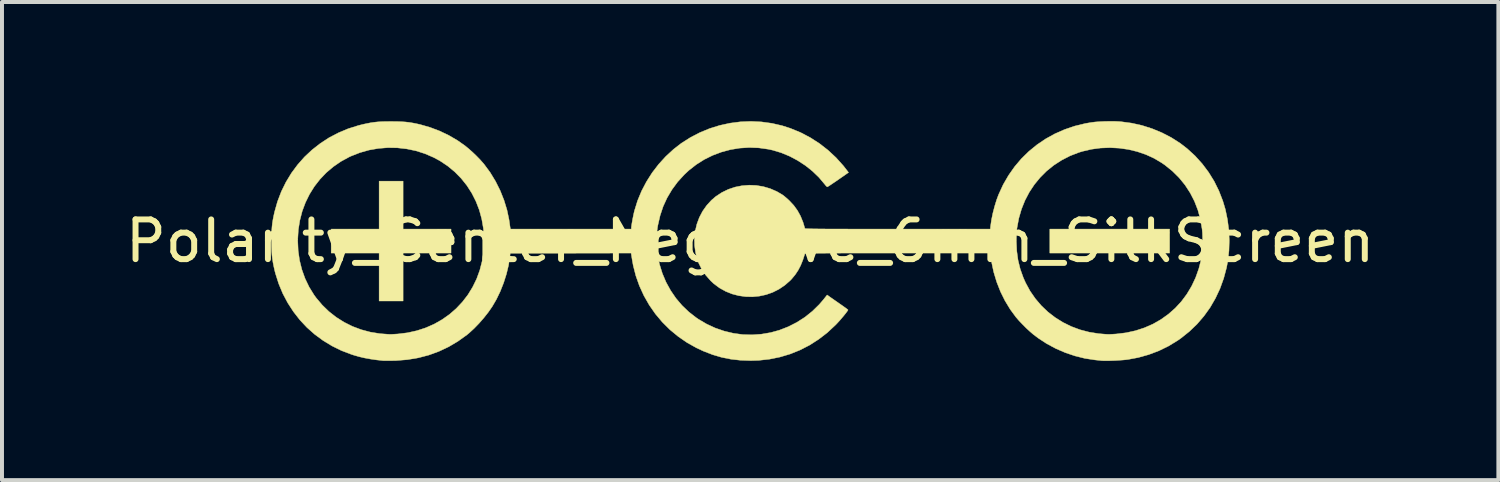
<source format=kicad_pcb>
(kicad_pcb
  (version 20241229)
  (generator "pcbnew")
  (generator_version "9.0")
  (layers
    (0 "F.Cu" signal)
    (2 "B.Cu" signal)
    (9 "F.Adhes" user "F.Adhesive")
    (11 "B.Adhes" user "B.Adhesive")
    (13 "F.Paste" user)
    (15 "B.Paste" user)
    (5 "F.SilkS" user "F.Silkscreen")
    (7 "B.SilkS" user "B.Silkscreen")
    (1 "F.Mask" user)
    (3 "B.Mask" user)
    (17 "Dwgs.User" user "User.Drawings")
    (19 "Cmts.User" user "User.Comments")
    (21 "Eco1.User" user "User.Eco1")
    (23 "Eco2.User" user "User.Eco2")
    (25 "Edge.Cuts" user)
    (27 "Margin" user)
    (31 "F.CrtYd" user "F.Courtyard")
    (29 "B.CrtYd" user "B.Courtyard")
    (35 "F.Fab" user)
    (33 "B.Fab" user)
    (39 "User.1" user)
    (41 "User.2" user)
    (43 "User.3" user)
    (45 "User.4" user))
  (footprint "Polarity_Center_Negative_6mm_SilkScreen"
    (layer "F.Cu")
    (at 15.839 3.02)
    (property "Reference" "Polarity_Center_Negative_6mm_SilkScreen" (at 0 0 0) (layer "F.SilkS") (effects (font (size 1 1) (thickness 0.15))))
    (attr exclude_from_pos_files exclude_from_bom)
    (fp_poly (pts (xy 10.562 0.302) (xy 7.545 0.302) (xy 7.545 -0.302) (xy 10.562 -0.302) (xy 10.562 0.302)) (stroke (width 0.01) (type solid)) (fill yes) (layer "F.SilkS"))
    (fp_poly (pts (xy -8.739 -0.302) (xy -7.532 -0.302) (xy -7.532 0.302) (xy -8.739 0.302) (xy -8.739 1.509) (xy -9.343 1.509) (xy -9.343 0.302) (xy -10.55 0.302) (xy -10.55 -0.302) (xy -9.343 -0.302) (xy -9.343 -1.509) (xy -8.739 -1.509) (xy -8.739 -0.302)) (stroke (width 0.01) (type solid)) (fill yes) (layer "F.SilkS"))
    (fp_poly (pts (xy 9.175 -3.015) (xy 9.284 -3.01) (xy 9.337 -3.006) (xy 9.605 -2.97) (xy 9.869 -2.911) (xy 10.125 -2.829) (xy 10.371 -2.727) (xy 10.606 -2.605) (xy 10.827 -2.464) (xy 11.002 -2.329) (xy 11.202 -2.146) (xy 11.382 -1.947) (xy 11.543 -1.733) (xy 11.684 -1.505) (xy 11.803 -1.264) (xy 11.901 -1.012) (xy 11.965 -0.798) (xy 12.018 -0.544) (xy 12.052 -0.282) (xy 12.064 -0.017) (xy 12.056 0.245) (xy 12.027 0.501) (xy 11.995 0.671) (xy 11.923 0.94) (xy 11.83 1.197) (xy 11.715 1.442) (xy 11.581 1.673) (xy 11.426 1.889) (xy 11.252 2.091) (xy 11.06 2.275) (xy 10.85 2.443) (xy 10.762 2.505) (xy 10.53 2.646) (xy 10.288 2.764) (xy 10.035 2.859) (xy 9.771 2.933) (xy 9.515 2.981) (xy 9.451 2.989) (xy 9.371 2.996) (xy 9.282 3.002) (xy 9.188 3.008) (xy 9.095 3.011) (xy 9.008 3.014) (xy 8.933 3.014) (xy 8.874 3.012) (xy 8.852 3.011) (xy 8.821 3.007) (xy 8.773 3.002) (xy 8.714 2.996) (xy 8.676 2.992) (xy 8.428 2.954) (xy 8.179 2.892) (xy 7.933 2.809) (xy 7.695 2.706) (xy 7.466 2.583) (xy 7.252 2.443) (xy 7.123 2.345) (xy 7.041 2.274) (xy 6.951 2.191) (xy 6.861 2.1) (xy 6.775 2.011) (xy 6.703 1.928) (xy 6.694 1.918) (xy 6.548 1.719) (xy 6.417 1.503) (xy 6.303 1.273) (xy 6.208 1.031) (xy 6.132 0.78) (xy 6.077 0.523) (xy 6.066 0.456) (xy 6.044 0.302) (xy 3.713 0.302) (xy 3.419 0.302) (xy 3.148 0.302) (xy 2.901 0.302) (xy 2.677 0.302) (xy 2.474 0.303) (xy 2.291 0.303) (xy 2.129 0.304) (xy 1.985 0.304) (xy 1.859 0.305) (xy 1.749 0.306) (xy 1.656 0.307) (xy 1.578 0.308) (xy 1.515 0.309) (xy 1.464 0.31) (xy 1.426 0.312) (xy 1.4 0.313) (xy 1.384 0.315) (xy 1.378 0.317) (xy 1.378 0.318) (xy 1.327 0.476) (xy 1.271 0.615) (xy 1.207 0.737) (xy 1.133 0.848) (xy 1.046 0.953) (xy 1.007 0.994) (xy 0.871 1.113) (xy 0.724 1.212) (xy 0.567 1.291) (xy 0.402 1.349) (xy 0.232 1.386) (xy 0.058 1.403) (xy -0.115 1.399) (xy -0.288 1.375) (xy -0.456 1.331) (xy -0.618 1.266) (xy -0.772 1.18) (xy -0.915 1.074) (xy -0.997 0.997) (xy -1.119 0.858) (xy -1.218 0.712) (xy -1.295 0.557) (xy -1.327 0.473) (xy -1.375 0.291) (xy -1.4 0.108) (xy -1.402 0.004) (xy 6.702 0.004) (xy 6.713 0.248) (xy 6.745 0.48) (xy 6.8 0.704) (xy 6.878 0.922) (xy 6.935 1.05) (xy 7.048 1.258) (xy 7.181 1.45) (xy 7.331 1.626) (xy 7.498 1.785) (xy 7.681 1.926) (xy 7.877 2.048) (xy 8.086 2.151) (xy 8.306 2.233) (xy 8.536 2.293) (xy 8.775 2.331) (xy 8.915 2.343) (xy 8.96 2.346) (xy 9 2.348) (xy 9.016 2.349) (xy 9.04 2.349) (xy 9.083 2.347) (xy 9.14 2.344) (xy 9.205 2.34) (xy 9.219 2.339) (xy 9.466 2.309) (xy 9.703 2.257) (xy 9.929 2.183) (xy 10.143 2.089) (xy 10.343 1.975) (xy 10.53 1.841) (xy 10.702 1.69) (xy 10.857 1.522) (xy 10.995 1.337) (xy 11.115 1.137) (xy 11.216 0.923) (xy 11.297 0.695) (xy 11.349 0.49) (xy 11.365 0.396) (xy 11.377 0.284) (xy 11.386 0.16) (xy 11.391 0.033) (xy 11.392 -0.091) (xy 11.388 -0.205) (xy 11.38 -0.298) (xy 11.338 -0.545) (xy 11.274 -0.779) (xy 11.188 -1.002) (xy 11.08 -1.212) (xy 10.952 -1.409) (xy 10.803 -1.592) (xy 10.634 -1.76) (xy 10.445 -1.913) (xy 10.361 -1.971) (xy 10.169 -2.085) (xy 9.963 -2.179) (xy 9.747 -2.253) (xy 9.522 -2.307) (xy 9.291 -2.34) (xy 9.058 -2.352) (xy 8.824 -2.343) (xy 8.592 -2.312) (xy 8.366 -2.259) (xy 8.274 -2.231) (xy 8.05 -2.144) (xy 7.841 -2.036) (xy 7.645 -1.909) (xy 7.465 -1.764) (xy 7.302 -1.601) (xy 7.156 -1.423) (xy 7.028 -1.23) (xy 6.92 -1.024) (xy 6.832 -0.805) (xy 6.765 -0.575) (xy 6.72 -0.335) (xy 6.715 -0.302) (xy 6.711 -0.25) (xy 6.707 -0.181) (xy 6.704 -0.103) (xy 6.702 -0.023) (xy 6.702 0.004) (xy -1.402 0.004) (xy -1.403 -0.074) (xy -1.383 -0.253) (xy -1.342 -0.427) (xy -1.28 -0.594) (xy -1.198 -0.751) (xy -1.096 -0.896) (xy -0.976 -1.028) (xy -0.864 -1.124) (xy -0.713 -1.223) (xy -0.551 -1.302) (xy -0.381 -1.359) (xy -0.205 -1.394) (xy -0.025 -1.408) (xy 0.154 -1.401) (xy 0.332 -1.371) (xy 0.506 -1.32) (xy 0.673 -1.247) (xy 0.811 -1.166) (xy 0.853 -1.135) (xy 0.904 -1.092) (xy 0.957 -1.045) (xy 0.99 -1.014) (xy 1.099 -0.897) (xy 1.19 -0.771) (xy 1.267 -0.632) (xy 1.33 -0.478) (xy 1.378 -0.318) (xy 1.383 -0.316) (xy 1.398 -0.314) (xy 1.423 -0.312) (xy 1.459 -0.311) (xy 1.508 -0.309) (xy 1.57 -0.308) (xy 1.646 -0.307) (xy 1.737 -0.306) (xy 1.845 -0.305) (xy 1.969 -0.304) (xy 2.11 -0.304) (xy 2.271 -0.303) (xy 2.451 -0.303) (xy 2.651 -0.302) (xy 2.873 -0.302) (xy 3.117 -0.302) (xy 3.384 -0.302) (xy 3.676 -0.302) (xy 6.046 -0.302) (xy 6.054 -0.38) (xy 6.077 -0.538) (xy 6.112 -0.707) (xy 6.157 -0.879) (xy 6.208 -1.044) (xy 6.257 -1.174) (xy 6.371 -1.422) (xy 6.506 -1.655) (xy 6.659 -1.873) (xy 6.83 -2.075) (xy 7.018 -2.259) (xy 7.221 -2.425) (xy 7.44 -2.573) (xy 7.672 -2.701) (xy 7.917 -2.809) (xy 8.173 -2.896) (xy 8.44 -2.961) (xy 8.593 -2.987) (xy 8.689 -2.999) (xy 8.803 -3.007) (xy 8.927 -3.013) (xy 9.053 -3.015) (xy 9.175 -3.015)) (stroke (width 0.01) (type solid)) (fill yes) (layer "F.SilkS"))
    (fp_poly (pts (xy 0.284 -3.001) (xy 0.547 -2.965) (xy 0.807 -2.905) (xy 1.012 -2.839) (xy 1.268 -2.734) (xy 1.512 -2.606) (xy 1.744 -2.457) (xy 1.961 -2.288) (xy 2.163 -2.1) (xy 2.349 -1.893) (xy 2.443 -1.772) (xy 2.477 -1.727) (xy 2.217 -1.546) (xy 2.145 -1.496) (xy 2.079 -1.452) (xy 2.023 -1.414) (xy 1.98 -1.386) (xy 1.951 -1.369) (xy 1.941 -1.364) (xy 1.927 -1.374) (xy 1.903 -1.398) (xy 1.876 -1.432) (xy 1.733 -1.602) (xy 1.57 -1.759) (xy 1.391 -1.902) (xy 1.198 -2.028) (xy 0.995 -2.136) (xy 0.783 -2.224) (xy 0.568 -2.289) (xy 0.458 -2.313) (xy 0.217 -2.347) (xy -0.023 -2.356) (xy -0.261 -2.341) (xy -0.494 -2.303) (xy -0.722 -2.242) (xy -0.943 -2.159) (xy -1.154 -2.055) (xy -1.354 -1.929) (xy -1.542 -1.782) (xy -1.66 -1.672) (xy -1.826 -1.49) (xy -1.969 -1.296) (xy -2.091 -1.09) (xy -2.191 -0.872) (xy -2.268 -0.641) (xy -2.324 -0.398) (xy -2.334 -0.34) (xy -2.346 -0.243) (xy -2.352 -0.129) (xy -2.355 -0.007) (xy -2.353 0.115) (xy -2.347 0.229) (xy -2.336 0.328) (xy -2.334 0.338) (xy -2.284 0.58) (xy -2.212 0.813) (xy -2.118 1.035) (xy -2.003 1.244) (xy -1.869 1.44) (xy -1.716 1.62) (xy -1.545 1.784) (xy -1.356 1.931) (xy -1.308 1.964) (xy -1.098 2.088) (xy -0.88 2.189) (xy -0.654 2.267) (xy -0.423 2.322) (xy -0.189 2.354) (xy 0.047 2.361) (xy 0.283 2.344) (xy 0.518 2.304) (xy 0.735 2.244) (xy 0.963 2.155) (xy 1.178 2.045) (xy 1.381 1.915) (xy 1.569 1.764) (xy 1.741 1.595) (xy 1.845 1.474) (xy 1.938 1.357) (xy 1.997 1.399) (xy 2.026 1.42) (xy 2.071 1.451) (xy 2.128 1.491) (xy 2.193 1.536) (xy 2.26 1.583) (xy 2.323 1.627) (xy 2.378 1.666) (xy 2.422 1.698) (xy 2.451 1.72) (xy 2.464 1.732) (xy 2.465 1.732) (xy 2.457 1.749) (xy 2.434 1.781) (xy 2.401 1.825) (xy 2.359 1.877) (xy 2.311 1.934) (xy 2.261 1.993) (xy 2.21 2.049) (xy 2.162 2.1) (xy 2.144 2.118) (xy 1.941 2.307) (xy 1.724 2.474) (xy 1.496 2.62) (xy 1.257 2.743) (xy 1.009 2.843) (xy 0.751 2.92) (xy 0.486 2.974) (xy 0.214 3.004) (xy 0.013 3.01) (xy -0.244 3.001) (xy -0.486 2.974) (xy -0.719 2.927) (xy -0.947 2.86) (xy -1.175 2.772) (xy -1.349 2.691) (xy -1.587 2.558) (xy -1.811 2.404) (xy -2.02 2.232) (xy -2.212 2.041) (xy -2.386 1.834) (xy -2.541 1.611) (xy -2.676 1.374) (xy -2.789 1.127) (xy -2.878 0.876) (xy -2.944 0.619) (xy -2.97 0.477) (xy -2.998 0.302) (xy -6.042 0.308) (xy -6.051 0.396) (xy -6.084 0.609) (xy -6.137 0.829) (xy -6.207 1.05) (xy -6.292 1.265) (xy -6.39 1.469) (xy -6.494 1.647) (xy -6.592 1.789) (xy -6.704 1.931) (xy -6.825 2.07) (xy -6.95 2.199) (xy -7.074 2.313) (xy -7.133 2.362) (xy -7.359 2.524) (xy -7.594 2.663) (xy -7.838 2.778) (xy -8.093 2.871) (xy -8.357 2.94) (xy -8.631 2.986) (xy -8.914 3.009) (xy -8.972 3.01) (xy -9.049 3.012) (xy -9.12 3.012) (xy -9.181 3.012) (xy -9.227 3.012) (xy -9.248 3.01) (xy -9.419 2.991) (xy -9.571 2.969) (xy -9.71 2.943) (xy -9.843 2.912) (xy -9.976 2.874) (xy -10.041 2.853) (xy -10.291 2.758) (xy -10.529 2.641) (xy -10.754 2.504) (xy -10.965 2.349) (xy -11.161 2.175) (xy -11.34 1.984) (xy -11.501 1.777) (xy -11.644 1.556) (xy -11.768 1.322) (xy -11.871 1.075) (xy -11.953 0.817) (xy -11.97 0.752) (xy -11.995 0.641) (xy -12.015 0.541) (xy -12.03 0.446) (xy -12.041 0.351) (xy -12.047 0.249) (xy -12.051 0.134) (xy -12.052 0) (xy -12.052 -0.006) (xy -11.392 -0.006) (xy -11.381 0.243) (xy -11.346 0.486) (xy -11.288 0.719) (xy -11.208 0.942) (xy -11.106 1.155) (xy -10.982 1.356) (xy -10.929 1.429) (xy -10.776 1.61) (xy -10.607 1.774) (xy -10.423 1.918) (xy -10.225 2.043) (xy -10.015 2.148) (xy -9.794 2.231) (xy -9.565 2.292) (xy -9.33 2.33) (xy -9.236 2.338) (xy -9.177 2.342) (xy -9.126 2.346) (xy -9.088 2.348) (xy -9.072 2.349) (xy -9.051 2.349) (xy -9.01 2.347) (xy -8.955 2.344) (xy -8.89 2.34) (xy -8.872 2.339) (xy -8.627 2.309) (xy -8.393 2.257) (xy -8.169 2.184) (xy -7.956 2.09) (xy -7.757 1.977) (xy -7.571 1.846) (xy -7.401 1.698) (xy -7.246 1.533) (xy -7.108 1.354) (xy -6.989 1.16) (xy -6.888 0.954) (xy -6.808 0.735) (xy -6.749 0.505) (xy -6.712 0.266) (xy -6.704 0.17) (xy -6.699 -0.079) (xy -6.718 -0.322) (xy -6.759 -0.557) (xy -6.821 -0.784) (xy -6.905 -1) (xy -7.009 -1.206) (xy -7.133 -1.399) (xy -7.276 -1.578) (xy -7.437 -1.742) (xy -7.616 -1.89) (xy -7.812 -2.021) (xy -7.966 -2.104) (xy -8.185 -2.199) (xy -8.412 -2.272) (xy -8.646 -2.321) (xy -8.883 -2.348) (xy -9.122 -2.352) (xy -9.361 -2.333) (xy -9.596 -2.292) (xy -9.826 -2.227) (xy -10.048 -2.14) (xy -10.094 -2.119) (xy -10.304 -2.005) (xy -10.497 -1.872) (xy -10.674 -1.722) (xy -10.833 -1.555) (xy -10.974 -1.374) (xy -11.096 -1.178) (xy -11.198 -0.97) (xy -11.28 -0.751) (xy -11.339 -0.522) (xy -11.377 -0.285) (xy -11.392 -0.039) (xy -11.392 -0.006) (xy -12.052 -0.006) (xy -12.051 -0.134) (xy -12.048 -0.249) (xy -12.041 -0.351) (xy -12.031 -0.446) (xy -12.016 -0.541) (xy -11.996 -0.641) (xy -11.975 -0.736) (xy -11.901 -0.997) (xy -11.805 -1.248) (xy -11.688 -1.486) (xy -11.551 -1.712) (xy -11.395 -1.922) (xy -11.222 -2.118) (xy -11.031 -2.297) (xy -10.825 -2.458) (xy -10.605 -2.602) (xy -10.37 -2.725) (xy -10.123 -2.829) (xy -9.865 -2.91) (xy -9.745 -2.94) (xy -9.642 -2.962) (xy -9.55 -2.98) (xy -9.465 -2.992) (xy -9.379 -3.001) (xy -9.288 -3.007) (xy -9.184 -3.01) (xy -9.063 -3.011) (xy -9.035 -3.011) (xy -8.9 -3.01) (xy -8.784 -3.006) (xy -8.681 -2.999) (xy -8.584 -2.988) (xy -8.486 -2.972) (xy -8.383 -2.951) (xy -8.312 -2.935) (xy -8.067 -2.865) (xy -7.825 -2.774) (xy -7.591 -2.663) (xy -7.37 -2.534) (xy -7.178 -2.399) (xy -7.087 -2.324) (xy -6.988 -2.236) (xy -6.889 -2.141) (xy -6.796 -2.045) (xy -6.716 -1.954) (xy -6.696 -1.93) (xy -6.545 -1.725) (xy -6.411 -1.504) (xy -6.295 -1.272) (xy -6.199 -1.031) (xy -6.124 -0.786) (xy -6.072 -0.54) (xy -6.061 -0.465) (xy -6.054 -0.413) (xy -6.047 -0.367) (xy -6.042 -0.335) (xy -6.041 -0.33) (xy -6.035 -0.302) (xy -2.993 -0.302) (xy -2.993 -0.332) (xy -2.99 -0.364) (xy -2.983 -0.415) (xy -2.972 -0.48) (xy -2.959 -0.553) (xy -2.944 -0.627) (xy -2.929 -0.699) (xy -2.914 -0.761) (xy -2.911 -0.772) (xy -2.834 -1.02) (xy -2.733 -1.263) (xy -2.61 -1.497) (xy -2.468 -1.721) (xy -2.306 -1.932) (xy -2.127 -2.129) (xy -1.932 -2.309) (xy -1.735 -2.462) (xy -1.507 -2.607) (xy -1.269 -2.731) (xy -1.022 -2.833) (xy -0.768 -2.912) (xy -0.508 -2.969) (xy -0.245 -3.003) (xy 0.019 -3.014) (xy 0.284 -3.001)) (stroke (width 0.01) (type solid)) (fill yes) (layer "F.SilkS")))
  (gr_rect
    (start -3 -3)
    (end 34.679 9.04)
    (stroke (width 0.1) (type default))
    (fill no)
    (layer "Edge.Cuts")))
</source>
